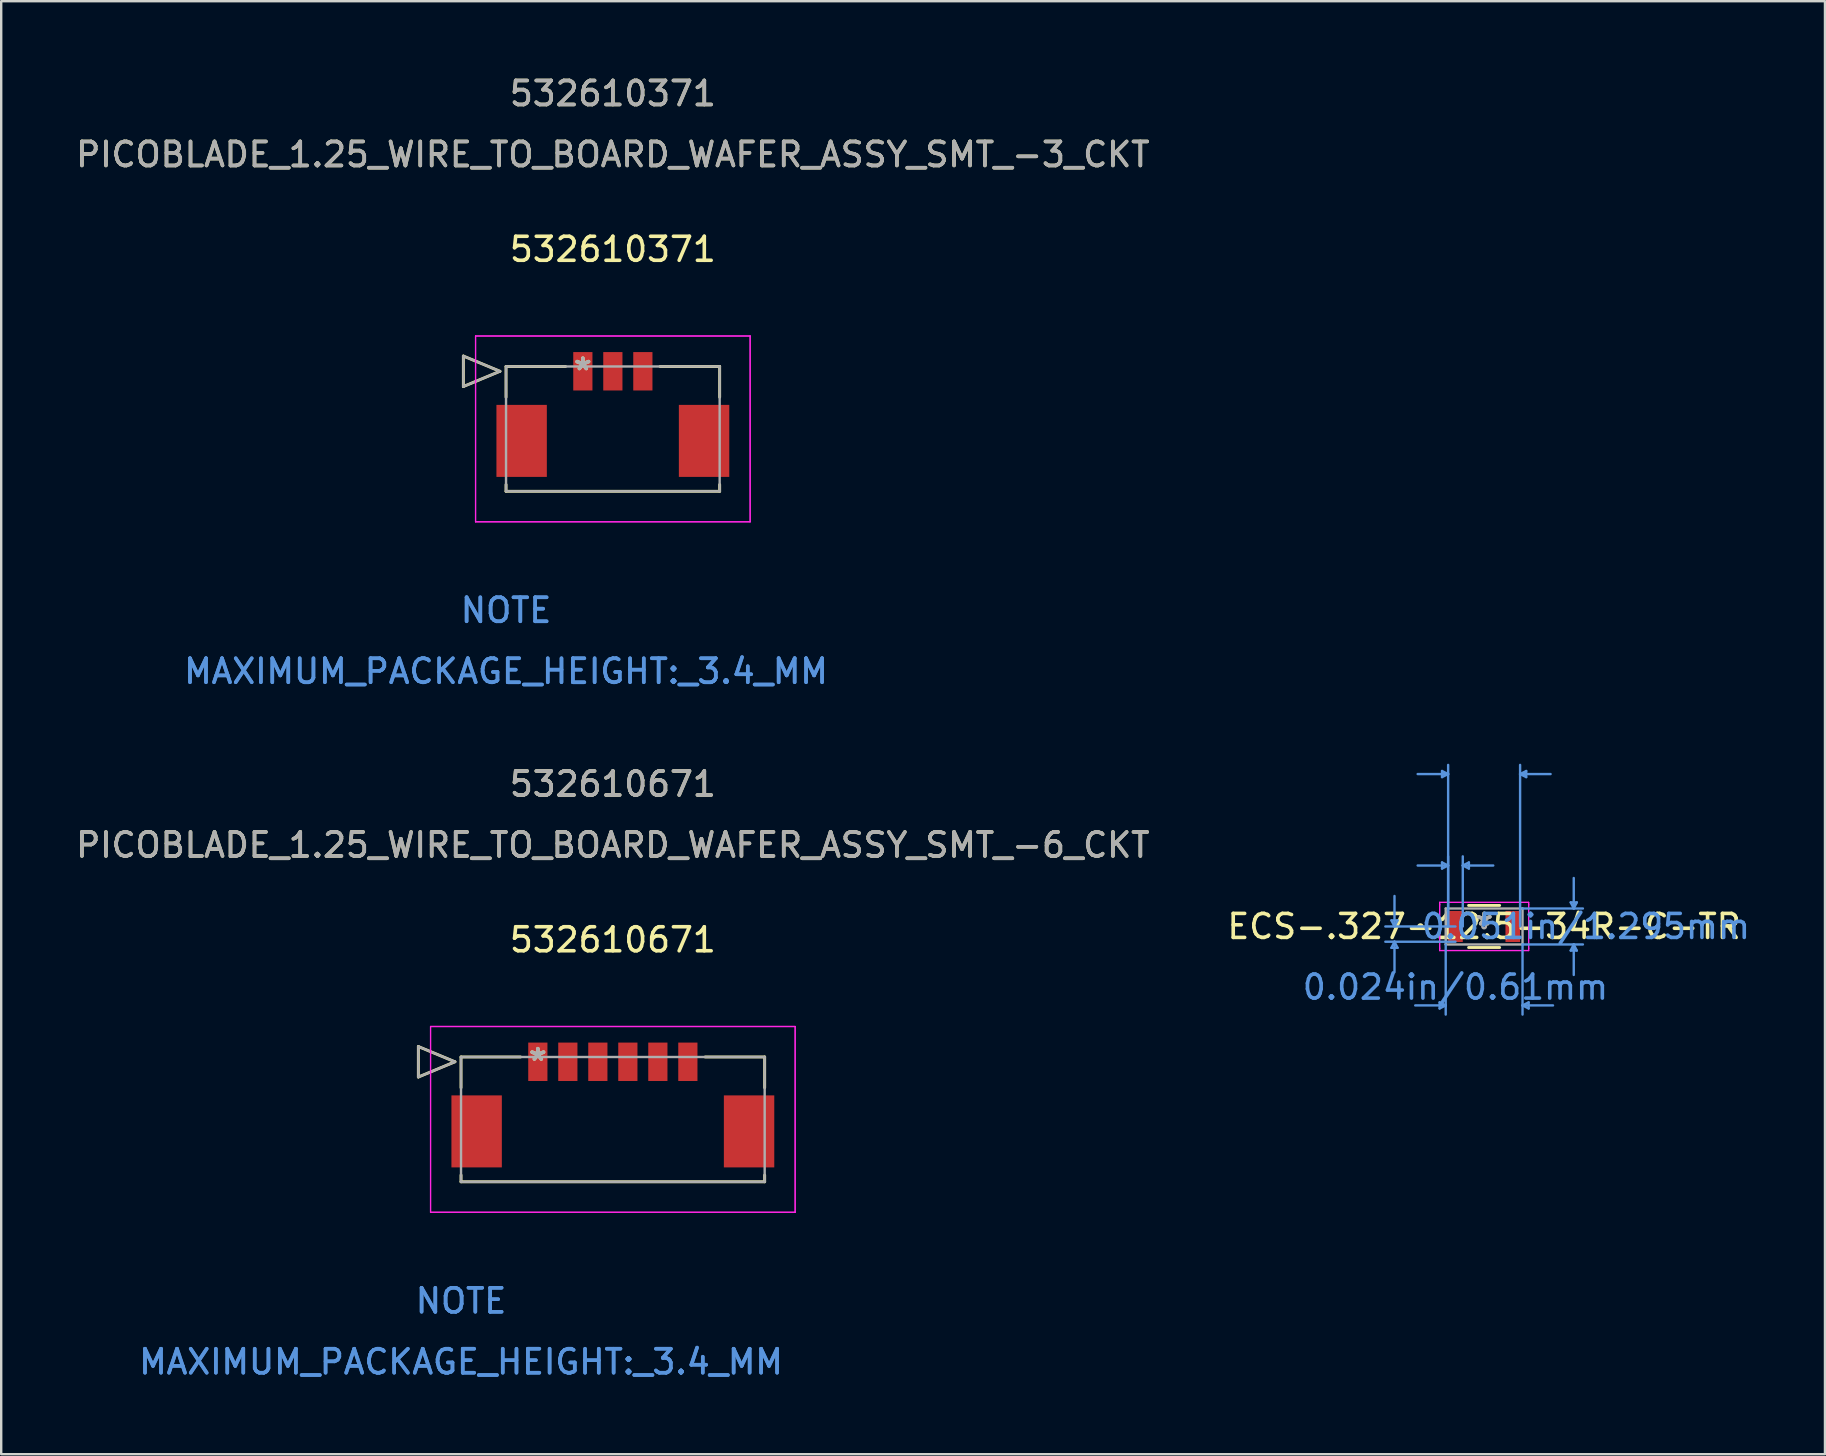
<source format=kicad_pcb>
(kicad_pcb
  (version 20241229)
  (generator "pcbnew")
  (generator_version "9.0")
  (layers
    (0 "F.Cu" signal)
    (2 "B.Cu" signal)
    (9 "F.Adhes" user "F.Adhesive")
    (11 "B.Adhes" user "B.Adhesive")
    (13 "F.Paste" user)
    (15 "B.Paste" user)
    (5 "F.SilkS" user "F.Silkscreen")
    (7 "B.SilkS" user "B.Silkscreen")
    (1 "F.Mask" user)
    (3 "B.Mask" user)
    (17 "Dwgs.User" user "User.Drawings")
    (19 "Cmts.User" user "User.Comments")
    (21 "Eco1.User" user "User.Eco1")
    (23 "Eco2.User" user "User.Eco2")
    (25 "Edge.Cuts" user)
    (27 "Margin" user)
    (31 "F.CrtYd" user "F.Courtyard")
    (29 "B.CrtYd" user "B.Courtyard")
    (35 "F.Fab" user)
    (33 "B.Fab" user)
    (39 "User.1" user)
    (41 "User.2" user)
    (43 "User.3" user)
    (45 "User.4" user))
  (footprint "532610371"
    (layer "F.Cu")
    (at 21.232 12.418)
    (property "Reference" "532610371" (at 1.25 -5.08 0) (layer "F.SilkS") (effects (font (size 1 1) (thickness 0.15))))
    (attr through_hole)
    (fp_line (start -4.978 -0.635) (end -4.978 0.635) (stroke (width 0.12) (type solid)) (layer "F.SilkS"))
    (fp_line (start -4.978 0.635) (end -3.454 0) (stroke (width 0.12) (type solid)) (layer "F.SilkS"))
    (fp_line (start -3.454 0) (end -4.978 -0.635) (stroke (width 0.12) (type solid)) (layer "F.SilkS"))
    (fp_line (start -3.2 -0.2) (end -3.2 1.08) (stroke (width 0.12) (type solid)) (layer "F.SilkS"))
    (fp_line (start -3.2 4.72) (end -3.2 5) (stroke (width 0.12) (type solid)) (layer "F.SilkS"))
    (fp_line (start -3.2 5) (end 5.7 5) (stroke (width 0.12) (type solid)) (layer "F.SilkS"))
    (fp_line (start -0.72 -0.2) (end -3.2 -0.2) (stroke (width 0.12) (type solid)) (layer "F.SilkS"))
    (fp_line (start 5.7 -0.2) (end 3.22 -0.2) (stroke (width 0.12) (type solid)) (layer "F.SilkS"))
    (fp_line (start 5.7 1.08) (end 5.7 -0.2) (stroke (width 0.12) (type solid)) (layer "F.SilkS"))
    (fp_line (start 5.7 5) (end 5.7 4.72) (stroke (width 0.12) (type solid)) (layer "F.SilkS"))
    (fp_line (start -4.47 -1.47) (end -4.47 6.27) (stroke (width 0.05) (type solid)) (layer "F.CrtYd"))
    (fp_line (start -4.47 -1.47) (end -4.47 6.27) (stroke (width 0.05) (type solid)) (layer "F.CrtYd"))
    (fp_line (start -4.47 6.27) (end 6.97 6.27) (stroke (width 0.05) (type solid)) (layer "F.CrtYd"))
    (fp_line (start -4.47 6.27) (end 6.97 6.27) (stroke (width 0.05) (type solid)) (layer "F.CrtYd"))
    (fp_line (start 6.97 -1.47) (end -4.47 -1.47) (stroke (width 0.05) (type solid)) (layer "F.CrtYd"))
    (fp_line (start 6.97 -1.47) (end -4.47 -1.47) (stroke (width 0.05) (type solid)) (layer "F.CrtYd"))
    (fp_line (start 6.97 6.27) (end 6.97 -1.47) (stroke (width 0.05) (type solid)) (layer "F.CrtYd"))
    (fp_line (start 6.97 6.27) (end 6.97 -1.47) (stroke (width 0.05) (type solid)) (layer "F.CrtYd"))
    (fp_line (start -4.978 -0.635) (end -4.978 0.635) (stroke (width 0.1) (type solid)) (layer "F.Fab"))
    (fp_line (start -4.978 0.635) (end -3.454 0) (stroke (width 0.1) (type solid)) (layer "F.Fab"))
    (fp_line (start -3.454 0) (end -4.978 -0.635) (stroke (width 0.1) (type solid)) (layer "F.Fab"))
    (fp_line (start -3.2 -0.2) (end -3.2 5) (stroke (width 0.1) (type solid)) (layer "F.Fab"))
    (fp_line (start -3.2 5) (end 5.7 5) (stroke (width 0.1) (type solid)) (layer "F.Fab"))
    (fp_line (start 5.7 -0.2) (end -3.2 -0.2) (stroke (width 0.1) (type solid)) (layer "F.Fab"))
    (fp_line (start 5.7 5) (end 5.7 -0.2) (stroke (width 0.1) (type solid)) (layer "F.Fab"))
    (fp_text user "532610371" (at 1.25 -11.57 0) (layer "F.SilkS") (effects (font (size 1 1) (thickness 0.15))))
    (fp_text user "*" (at 0 0 0) (layer "F.SilkS") (effects (font (size 1 1) (thickness 0.15))))
    (fp_text user "PICOBLADE_1.25_WIRE_TO_BOARD_WAFER_ASSY_SMT_-3_CKT" (at 1.25 -9.03 0) (layer "F.SilkS") (effects (font (size 1 1) (thickness 0.15))))
    (fp_text user "MAXIMUM_PACKAGE_HEIGHT:_3.4_MM" (at -3.2 12.5 0) (layer "Cmts.User") (effects (font (size 1 1) (thickness 0.15))))
    (fp_text user "Copyright 2021 Accelerated Designs. All rights reserved." (at 0 0 0) (layer "Cmts.User") (effects (font (size 0.127 0.127) (thickness 0.002))))
    (fp_text user "NOTE" (at -3.2 9.96 0) (layer "Cmts.User") (effects (font (size 1 1) (thickness 0.15))))
    (fp_text user "NOTE" (at -3.2 9.96 0) (layer "Cmts.User") (effects (font (size 1 1) (thickness 0.15))))
    (fp_text user "MAXIMUM_PACKAGE_HEIGHT:_3.4_MM" (at -3.2 12.5 0) (layer "Cmts.User") (effects (font (size 1 1) (thickness 0.15))))
    (fp_text user "532610371" (at 1.25 -11.57 0) (layer "F.Fab") (effects (font (size 1 1) (thickness 0.15))))
    (fp_text user "*" (at 0 0 0) (layer "F.Fab") (effects (font (size 1 1) (thickness 0.15))))
    (fp_text user "PICOBLADE_1.25_WIRE_TO_BOARD_WAFER_ASSY_SMT_-3_CKT" (at 1.25 -9.03 0) (layer "F.Fab") (effects (font (size 1 1) (thickness 0.15))))
    (pad "1" smd rect (at 0 0) (size 0.8 1.6) (layers "F.Cu" "F.Mask" "F.Paste"))
    (pad "2" smd rect (at 1.25 0) (size 0.8 1.6) (layers "F.Cu" "F.Mask" "F.Paste"))
    (pad "3" smd rect (at 2.5 0) (size 0.8 1.6) (layers "F.Cu" "F.Mask" "F.Paste"))
    (pad "4" smd rect (at -2.55 2.9) (size 2.1 3) (layers "F.Cu" "F.Mask" "F.Paste"))
    (pad "5" smd rect (at 5.05 2.9) (size 2.1 3) (layers "F.Cu" "F.Mask" "F.Paste")))
  (footprint "532610671"
    (layer "F.Cu")
    (at 19.357 41.185)
    (property "Reference" "532610671" (at 3.125 -5.08 0) (layer "F.SilkS") (effects (font (size 1 1) (thickness 0.15))))
    (attr through_hole)
    (fp_line (start -4.978 -0.635) (end -4.978 0.635) (stroke (width 0.12) (type solid)) (layer "F.SilkS"))
    (fp_line (start -4.978 0.635) (end -3.454 0) (stroke (width 0.12) (type solid)) (layer "F.SilkS"))
    (fp_line (start -3.454 0) (end -4.978 -0.635) (stroke (width 0.12) (type solid)) (layer "F.SilkS"))
    (fp_line (start -3.2 -0.2) (end -3.2 1.08) (stroke (width 0.12) (type solid)) (layer "F.SilkS"))
    (fp_line (start -3.2 4.72) (end -3.2 5) (stroke (width 0.12) (type solid)) (layer "F.SilkS"))
    (fp_line (start -3.2 5) (end 9.45 5) (stroke (width 0.12) (type solid)) (layer "F.SilkS"))
    (fp_line (start -0.72 -0.2) (end -3.2 -0.2) (stroke (width 0.12) (type solid)) (layer "F.SilkS"))
    (fp_line (start 9.45 -0.2) (end 6.97 -0.2) (stroke (width 0.12) (type solid)) (layer "F.SilkS"))
    (fp_line (start 9.45 1.08) (end 9.45 -0.2) (stroke (width 0.12) (type solid)) (layer "F.SilkS"))
    (fp_line (start 9.45 5) (end 9.45 4.72) (stroke (width 0.12) (type solid)) (layer "F.SilkS"))
    (fp_line (start -4.47 -1.47) (end -4.47 6.27) (stroke (width 0.05) (type solid)) (layer "F.CrtYd"))
    (fp_line (start -4.47 -1.47) (end -4.47 6.27) (stroke (width 0.05) (type solid)) (layer "F.CrtYd"))
    (fp_line (start -4.47 6.27) (end 10.72 6.27) (stroke (width 0.05) (type solid)) (layer "F.CrtYd"))
    (fp_line (start -4.47 6.27) (end 10.72 6.27) (stroke (width 0.05) (type solid)) (layer "F.CrtYd"))
    (fp_line (start 10.72 -1.47) (end -4.47 -1.47) (stroke (width 0.05) (type solid)) (layer "F.CrtYd"))
    (fp_line (start 10.72 -1.47) (end -4.47 -1.47) (stroke (width 0.05) (type solid)) (layer "F.CrtYd"))
    (fp_line (start 10.72 6.27) (end 10.72 -1.47) (stroke (width 0.05) (type solid)) (layer "F.CrtYd"))
    (fp_line (start 10.72 6.27) (end 10.72 -1.47) (stroke (width 0.05) (type solid)) (layer "F.CrtYd"))
    (fp_line (start -4.978 -0.635) (end -4.978 0.635) (stroke (width 0.1) (type solid)) (layer "F.Fab"))
    (fp_line (start -4.978 0.635) (end -3.454 0) (stroke (width 0.1) (type solid)) (layer "F.Fab"))
    (fp_line (start -3.454 0) (end -4.978 -0.635) (stroke (width 0.1) (type solid)) (layer "F.Fab"))
    (fp_line (start -3.2 -0.2) (end -3.2 5) (stroke (width 0.1) (type solid)) (layer "F.Fab"))
    (fp_line (start -3.2 5) (end 9.45 5) (stroke (width 0.1) (type solid)) (layer "F.Fab"))
    (fp_line (start 9.45 -0.2) (end -3.2 -0.2) (stroke (width 0.1) (type solid)) (layer "F.Fab"))
    (fp_line (start 9.45 5) (end 9.45 -0.2) (stroke (width 0.1) (type solid)) (layer "F.Fab"))
    (fp_text user "*" (at 0 0 0) (layer "F.SilkS") (effects (font (size 1 1) (thickness 0.15))))
    (fp_text user "PICOBLADE_1.25_WIRE_TO_BOARD_WAFER_ASSY_SMT_-6_CKT" (at 3.125 -9.03 0) (layer "F.SilkS") (effects (font (size 1 1) (thickness 0.15))))
    (fp_text user "532610671" (at 3.125 -11.57 0) (layer "F.SilkS") (effects (font (size 1 1) (thickness 0.15))))
    (fp_text user "NOTE" (at -3.2 9.96 0) (layer "Cmts.User") (effects (font (size 1 1) (thickness 0.15))))
    (fp_text user "MAXIMUM_PACKAGE_HEIGHT:_3.4_MM" (at -3.2 12.5 0) (layer "Cmts.User") (effects (font (size 1 1) (thickness 0.15))))
    (fp_text user "NOTE" (at -3.2 9.96 0) (layer "Cmts.User") (effects (font (size 1 1) (thickness 0.15))))
    (fp_text user "Copyright 2021 Accelerated Designs. All rights reserved." (at 0 0 0) (layer "Cmts.User") (effects (font (size 0.127 0.127) (thickness 0.002))))
    (fp_text user "MAXIMUM_PACKAGE_HEIGHT:_3.4_MM" (at -3.2 12.5 0) (layer "Cmts.User") (effects (font (size 1 1) (thickness 0.15))))
    (fp_text user "PICOBLADE_1.25_WIRE_TO_BOARD_WAFER_ASSY_SMT_-6_CKT" (at 3.125 -9.03 0) (layer "F.Fab") (effects (font (size 1 1) (thickness 0.15))))
    (fp_text user "*" (at 0 0 0) (layer "F.Fab") (effects (font (size 1 1) (thickness 0.15))))
    (fp_text user "532610671" (at 3.125 -11.57 0) (layer "F.Fab") (effects (font (size 1 1) (thickness 0.15))))
    (pad "1" smd rect (at 0 0) (size 0.8 1.6) (layers "F.Cu" "F.Mask" "F.Paste"))
    (pad "2" smd rect (at 1.25 0) (size 0.8 1.6) (layers "F.Cu" "F.Mask" "F.Paste"))
    (pad "3" smd rect (at 2.5 0) (size 0.8 1.6) (layers "F.Cu" "F.Mask" "F.Paste"))
    (pad "4" smd rect (at 3.75 0) (size 0.8 1.6) (layers "F.Cu" "F.Mask" "F.Paste"))
    (pad "5" smd rect (at 5 0) (size 0.8 1.6) (layers "F.Cu" "F.Mask" "F.Paste"))
    (pad "6" smd rect (at 6.25 0) (size 0.8 1.6) (layers "F.Cu" "F.Mask" "F.Paste"))
    (pad "7" smd rect (at -2.55 2.9) (size 2.1 3) (layers "F.Cu" "F.Mask" "F.Paste"))
    (pad "8" smd rect (at 8.8 2.9) (size 2.1 3) (layers "F.Cu" "F.Mask" "F.Paste")))
  (footprint "ECS-.327-12.5-34R-C-TR"
    (layer "F.Cu")
    (at 58.78 35.548)
    (property "Reference" "ECS-.327-12.5-34R-C-TR" (at 0 0 0) (layer "F.SilkS") (effects (font (size 1 1) (thickness 0.15))))
    (attr through_hole)
    (fp_line (start -0.647 0.876) (end 0.647 0.876) (stroke (width 0.12) (type solid)) (layer "F.SilkS"))
    (fp_line (start 0.647 -0.876) (end -0.647 -0.876) (stroke (width 0.12) (type solid)) (layer "F.SilkS"))
    (fp_circle (center -2.654 0) (end -2.578 0) (stroke (width 0.12) (type solid)) (fill no) (layer "F.SilkS"))
    (fp_line (start -3.861 -0.254) (end -3.607 -0.254) (stroke (width 0.1) (type solid)) (layer "Cmts.User"))
    (fp_line (start -3.861 0.889) (end -3.607 0.889) (stroke (width 0.1) (type solid)) (layer "Cmts.User"))
    (fp_line (start -3.734 0) (end -3.861 -0.254) (stroke (width 0.1) (type solid)) (layer "Cmts.User"))
    (fp_line (start -3.734 0) (end -3.734 -1.27) (stroke (width 0.1) (type solid)) (layer "Cmts.User"))
    (fp_line (start -3.734 0) (end -3.607 -0.254) (stroke (width 0.1) (type solid)) (layer "Cmts.User"))
    (fp_line (start -3.734 0.635) (end -3.861 0.889) (stroke (width 0.1) (type solid)) (layer "Cmts.User"))
    (fp_line (start -3.734 0.635) (end -3.734 1.905) (stroke (width 0.1) (type solid)) (layer "Cmts.User"))
    (fp_line (start -3.734 0.635) (end -3.607 0.889) (stroke (width 0.1) (type solid)) (layer "Cmts.User"))
    (fp_line (start -1.854 3.162) (end -1.854 3.416) (stroke (width 0.1) (type solid)) (layer "Cmts.User"))
    (fp_line (start -1.753 -6.477) (end -1.753 -6.223) (stroke (width 0.1) (type solid)) (layer "Cmts.User"))
    (fp_line (start -1.753 -2.667) (end -1.753 -2.413) (stroke (width 0.1) (type solid)) (layer "Cmts.User"))
    (fp_line (start -1.6 0.749) (end -1.6 3.67) (stroke (width 0.1) (type solid)) (layer "Cmts.User"))
    (fp_line (start -1.6 3.289) (end -2.87 3.289) (stroke (width 0.1) (type solid)) (layer "Cmts.User"))
    (fp_line (start -1.6 3.289) (end -1.854 3.162) (stroke (width 0.1) (type solid)) (layer "Cmts.User"))
    (fp_line (start -1.6 3.289) (end -1.854 3.416) (stroke (width 0.1) (type solid)) (layer "Cmts.User"))
    (fp_line (start -1.499 -6.35) (end -2.769 -6.35) (stroke (width 0.1) (type solid)) (layer "Cmts.User"))
    (fp_line (start -1.499 -6.35) (end -1.753 -6.477) (stroke (width 0.1) (type solid)) (layer "Cmts.User"))
    (fp_line (start -1.499 -6.35) (end -1.753 -6.223) (stroke (width 0.1) (type solid)) (layer "Cmts.User"))
    (fp_line (start -1.499 -2.54) (end -2.769 -2.54) (stroke (width 0.1) (type solid)) (layer "Cmts.User"))
    (fp_line (start -1.499 -2.54) (end -1.753 -2.667) (stroke (width 0.1) (type solid)) (layer "Cmts.User"))
    (fp_line (start -1.499 -2.54) (end -1.753 -2.413) (stroke (width 0.1) (type solid)) (layer "Cmts.User"))
    (fp_line (start -1.499 0) (end -1.499 -6.731) (stroke (width 0.1) (type solid)) (layer "Cmts.User"))
    (fp_line (start -1.499 0) (end -1.499 -2.921) (stroke (width 0.1) (type solid)) (layer "Cmts.User"))
    (fp_line (start -1.194 0) (end -4.115 0) (stroke (width 0.1) (type solid)) (layer "Cmts.User"))
    (fp_line (start -1.194 0.635) (end -4.115 0.635) (stroke (width 0.1) (type solid)) (layer "Cmts.User"))
    (fp_line (start -0.889 -2.54) (end -0.635 -2.667) (stroke (width 0.1) (type solid)) (layer "Cmts.User"))
    (fp_line (start -0.889 -2.54) (end -0.635 -2.413) (stroke (width 0.1) (type solid)) (layer "Cmts.User"))
    (fp_line (start -0.889 -2.54) (end 0.381 -2.54) (stroke (width 0.1) (type solid)) (layer "Cmts.User"))
    (fp_line (start -0.889 0) (end -0.889 -2.921) (stroke (width 0.1) (type solid)) (layer "Cmts.User"))
    (fp_line (start -0.635 -2.667) (end -0.635 -2.413) (stroke (width 0.1) (type solid)) (layer "Cmts.User"))
    (fp_line (start 1.499 -6.35) (end 1.753 -6.477) (stroke (width 0.1) (type solid)) (layer "Cmts.User"))
    (fp_line (start 1.499 -6.35) (end 1.753 -6.223) (stroke (width 0.1) (type solid)) (layer "Cmts.User"))
    (fp_line (start 1.499 -6.35) (end 2.769 -6.35) (stroke (width 0.1) (type solid)) (layer "Cmts.User"))
    (fp_line (start 1.499 0) (end 1.499 -6.731) (stroke (width 0.1) (type solid)) (layer "Cmts.User"))
    (fp_line (start 1.6 -0.749) (end 4.115 -0.749) (stroke (width 0.1) (type solid)) (layer "Cmts.User"))
    (fp_line (start 1.6 0.749) (end 1.6 3.67) (stroke (width 0.1) (type solid)) (layer "Cmts.User"))
    (fp_line (start 1.6 0.749) (end 4.115 0.749) (stroke (width 0.1) (type solid)) (layer "Cmts.User"))
    (fp_line (start 1.6 3.289) (end 1.854 3.162) (stroke (width 0.1) (type solid)) (layer "Cmts.User"))
    (fp_line (start 1.6 3.289) (end 1.854 3.416) (stroke (width 0.1) (type solid)) (layer "Cmts.User"))
    (fp_line (start 1.6 3.289) (end 2.87 3.289) (stroke (width 0.1) (type solid)) (layer "Cmts.User"))
    (fp_line (start 1.753 -6.477) (end 1.753 -6.223) (stroke (width 0.1) (type solid)) (layer "Cmts.User"))
    (fp_line (start 1.854 3.162) (end 1.854 3.416) (stroke (width 0.1) (type solid)) (layer "Cmts.User"))
    (fp_line (start 3.607 -1.003) (end 3.861 -1.003) (stroke (width 0.1) (type solid)) (layer "Cmts.User"))
    (fp_line (start 3.607 1.003) (end 3.861 1.003) (stroke (width 0.1) (type solid)) (layer "Cmts.User"))
    (fp_line (start 3.734 -0.749) (end 3.607 -1.003) (stroke (width 0.1) (type solid)) (layer "Cmts.User"))
    (fp_line (start 3.734 -0.749) (end 3.734 -2.019) (stroke (width 0.1) (type solid)) (layer "Cmts.User"))
    (fp_line (start 3.734 -0.749) (end 3.861 -1.003) (stroke (width 0.1) (type solid)) (layer "Cmts.User"))
    (fp_line (start 3.734 0.749) (end 3.607 1.003) (stroke (width 0.1) (type solid)) (layer "Cmts.User"))
    (fp_line (start 3.734 0.749) (end 3.734 2.019) (stroke (width 0.1) (type solid)) (layer "Cmts.User"))
    (fp_line (start 3.734 0.749) (end 3.861 1.003) (stroke (width 0.1) (type solid)) (layer "Cmts.User"))
    (fp_line (start -1.854 -1.003) (end 1.854 -1.003) (stroke (width 0.05) (type solid)) (layer "F.CrtYd"))
    (fp_line (start -1.854 -1.003) (end 1.854 -1.003) (stroke (width 0.05) (type solid)) (layer "F.CrtYd"))
    (fp_line (start -1.854 -0.902) (end -1.854 -1.003) (stroke (width 0.05) (type solid)) (layer "F.CrtYd"))
    (fp_line (start -1.854 -0.902) (end -1.854 -1.003) (stroke (width 0.05) (type solid)) (layer "F.CrtYd"))
    (fp_line (start -1.854 -0.902) (end -1.854 -0.902) (stroke (width 0.05) (type solid)) (layer "F.CrtYd"))
    (fp_line (start -1.854 -0.902) (end -1.854 -0.902) (stroke (width 0.05) (type solid)) (layer "F.CrtYd"))
    (fp_line (start -1.854 0.902) (end -1.854 -0.902) (stroke (width 0.05) (type solid)) (layer "F.CrtYd"))
    (fp_line (start -1.854 0.902) (end -1.854 -0.902) (stroke (width 0.05) (type solid)) (layer "F.CrtYd"))
    (fp_line (start -1.854 0.902) (end -1.854 0.902) (stroke (width 0.05) (type solid)) (layer "F.CrtYd"))
    (fp_line (start -1.854 0.902) (end -1.854 0.902) (stroke (width 0.05) (type solid)) (layer "F.CrtYd"))
    (fp_line (start -1.854 1.003) (end -1.854 0.902) (stroke (width 0.05) (type solid)) (layer "F.CrtYd"))
    (fp_line (start -1.854 1.003) (end -1.854 0.902) (stroke (width 0.05) (type solid)) (layer "F.CrtYd"))
    (fp_line (start 1.854 -1.003) (end 1.854 -0.902) (stroke (width 0.05) (type solid)) (layer "F.CrtYd"))
    (fp_line (start 1.854 -1.003) (end 1.854 -0.902) (stroke (width 0.05) (type solid)) (layer "F.CrtYd"))
    (fp_line (start 1.854 -0.902) (end 1.854 -0.902) (stroke (width 0.05) (type solid)) (layer "F.CrtYd"))
    (fp_line (start 1.854 -0.902) (end 1.854 -0.902) (stroke (width 0.05) (type solid)) (layer "F.CrtYd"))
    (fp_line (start 1.854 -0.902) (end 1.854 0.902) (stroke (width 0.05) (type solid)) (layer "F.CrtYd"))
    (fp_line (start 1.854 -0.902) (end 1.854 0.902) (stroke (width 0.05) (type solid)) (layer "F.CrtYd"))
    (fp_line (start 1.854 0.902) (end 1.854 0.902) (stroke (width 0.05) (type solid)) (layer "F.CrtYd"))
    (fp_line (start 1.854 0.902) (end 1.854 0.902) (stroke (width 0.05) (type solid)) (layer "F.CrtYd"))
    (fp_line (start 1.854 0.902) (end 1.854 1.003) (stroke (width 0.05) (type solid)) (layer "F.CrtYd"))
    (fp_line (start 1.854 0.902) (end 1.854 1.003) (stroke (width 0.05) (type solid)) (layer "F.CrtYd"))
    (fp_line (start 1.854 1.003) (end -1.854 1.003) (stroke (width 0.05) (type solid)) (layer "F.CrtYd"))
    (fp_line (start 1.854 1.003) (end -1.854 1.003) (stroke (width 0.05) (type solid)) (layer "F.CrtYd"))
    (fp_line (start -1.6 -0.749) (end -1.6 0.749) (stroke (width 0.1) (type solid)) (layer "F.Fab"))
    (fp_line (start -1.6 0.749) (end 1.6 0.749) (stroke (width 0.1) (type solid)) (layer "F.Fab"))
    (fp_line (start 1.6 -0.749) (end -1.6 -0.749) (stroke (width 0.1) (type solid)) (layer "F.Fab"))
    (fp_line (start 1.6 0.749) (end 1.6 -0.749) (stroke (width 0.1) (type solid)) (layer "F.Fab"))
    (fp_circle (center 0 0) (end 0.076 0) (stroke (width 0.1) (type solid)) (fill no) (layer "F.Fab"))
    (fp_text user "*" (at 0 0 0) (layer "F.SilkS") (effects (font (size 1 1) (thickness 0.15))))
    (fp_text user "0.051in/1.295mm" (at 4.242 0 0) (layer "Cmts.User") (effects (font (size 1 1) (thickness 0.15))))
    (fp_text user "0.024in/0.61mm" (at -1.194 2.527 0) (layer "Cmts.User") (effects (font (size 1 1) (thickness 0.15))))
    (fp_text user "Copyright 2021 Accelerated Designs. All rights reserved." (at 0 0 0) (layer "Cmts.User") (effects (font (size 0.127 0.127) (thickness 0.002))))
    (fp_text user "*" (at 0 0 0) (layer "F.Fab") (effects (font (size 1 1) (thickness 0.15))))
    (pad "1" smd rect (at -1.194 0) (size 0.61 1.295) (layers "F.Cu" "F.Mask" "F.Paste"))
    (pad "2" smd rect (at 1.194 0) (size 0.61 1.295) (layers "F.Cu" "F.Mask" "F.Paste")))
  (gr_rect
    (start -3 -3)
    (end 72.98 57.533)
    (stroke (width 0.1) (type default))
    (fill no)
    (layer "Edge.Cuts")))
</source>
